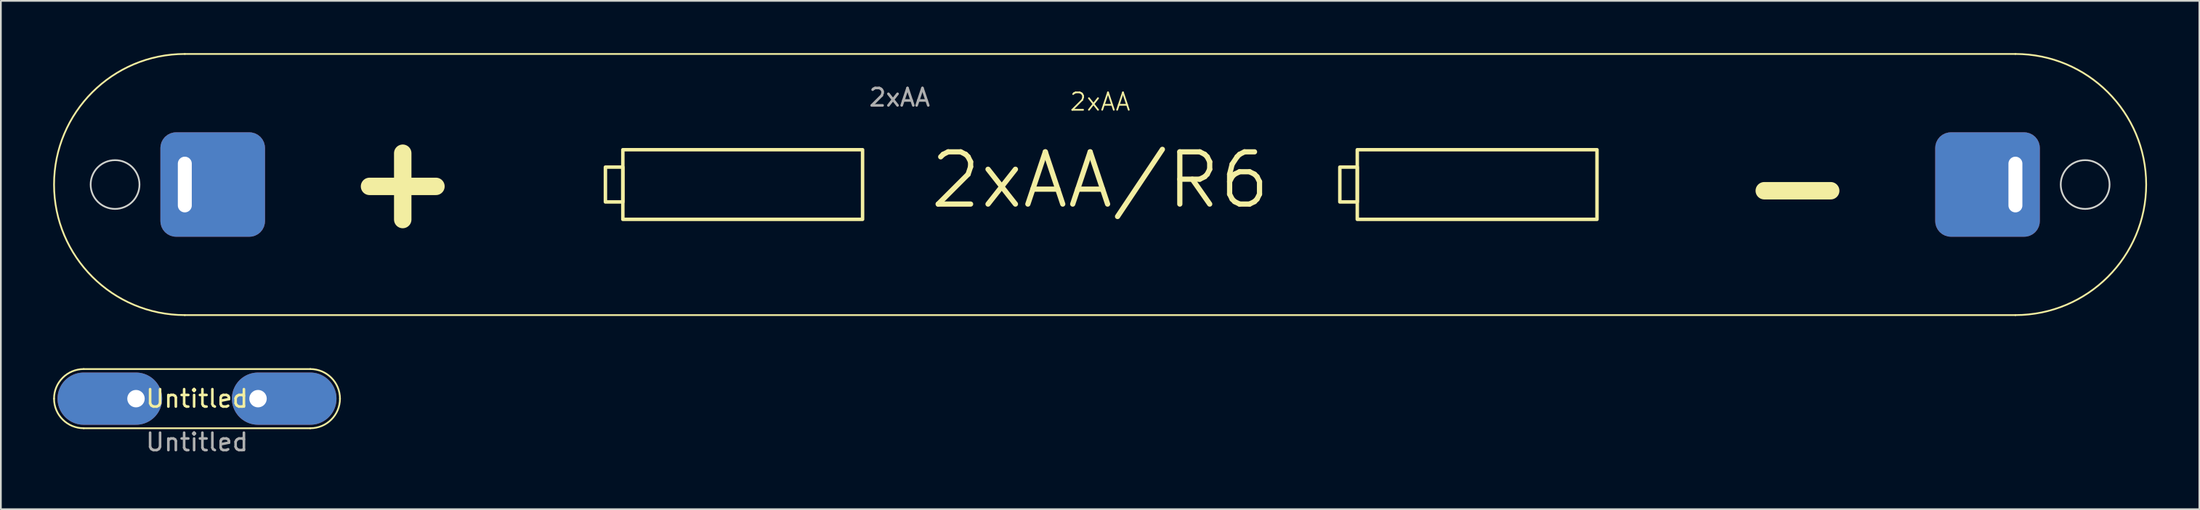
<source format=kicad_pcb>
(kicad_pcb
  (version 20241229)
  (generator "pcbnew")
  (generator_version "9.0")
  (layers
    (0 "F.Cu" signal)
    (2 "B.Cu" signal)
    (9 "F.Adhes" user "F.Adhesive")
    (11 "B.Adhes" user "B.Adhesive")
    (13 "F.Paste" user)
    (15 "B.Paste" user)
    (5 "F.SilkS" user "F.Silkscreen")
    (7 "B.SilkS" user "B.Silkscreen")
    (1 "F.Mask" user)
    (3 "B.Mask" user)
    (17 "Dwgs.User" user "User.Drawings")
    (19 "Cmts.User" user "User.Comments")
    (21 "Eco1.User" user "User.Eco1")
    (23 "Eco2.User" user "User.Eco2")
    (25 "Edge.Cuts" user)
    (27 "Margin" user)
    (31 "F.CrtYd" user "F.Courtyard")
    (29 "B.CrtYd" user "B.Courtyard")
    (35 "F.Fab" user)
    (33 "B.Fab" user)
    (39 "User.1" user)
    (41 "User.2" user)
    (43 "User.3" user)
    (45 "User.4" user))
  (footprint "2xAA"
    (layer "F.Cu")
    (at 60.05 7.55)
    (property "Reference" "2xAA" (at 0 -4.75 0) (unlocked yes) (layer "F.SilkS") (effects (font (size 1 1) (thickness 0.1))))
    (attr smd)
    (fp_line (start -52.5 7.5) (end 52.5 7.5) (stroke (width 0.1) (type default)) (layer "F.SilkS"))
    (fp_line (start 52.5 -7.5) (end -52.5 -7.5) (stroke (width 0.1) (type default)) (layer "F.SilkS"))
    (fp_rect (start -28.375 -1) (end -27.375 1) (stroke (width 0.2) (type solid)) (fill no) (layer "F.SilkS"))
    (fp_rect (start -27.375 -2) (end -13.625 2) (stroke (width 0.2) (type solid)) (fill no) (layer "F.SilkS"))
    (fp_rect (start 13.75 -1) (end 14.75 1) (stroke (width 0.2) (type solid)) (fill no) (layer "F.SilkS"))
    (fp_rect (start 14.75 -2) (end 28.5 2) (stroke (width 0.2) (type solid)) (fill no) (layer "F.SilkS"))
    (fp_arc (start -52.5 7.5) (mid -60 0) (end -52.5 -7.5) (stroke (width 0.1) (type default)) (layer "F.SilkS"))
    (fp_arc (start 52.5 -7.5) (mid 60 0) (end 52.5 7.5) (stroke (width 0.1) (type default)) (layer "F.SilkS"))
    (fp_circle (center -56.5 0) (end -55.1 0) (stroke (width 0.1) (type solid)) (fill no) (layer "Edge.Cuts"))
    (fp_circle (center 56.5 0) (end 57.9 0) (stroke (width 0.1) (type solid)) (fill no) (layer "Edge.Cuts"))
    (fp_text user "2xAA/R6" (at 0 -0.25 0) (unlocked yes) (layer "F.SilkS") (effects (font (size 3 3) (thickness 0.3))))
    (fp_text user "-" (at 40 0 0) (unlocked yes) (layer "F.SilkS") (effects (font (size 5 5) (thickness 1) (bold yes))))
    (fp_text user "+" (at -40 -0.25 0) (unlocked yes) (layer "F.SilkS") (effects (font (size 5 5) (thickness 1) (bold yes))))
    (fp_text user "${REFERENCE}" (at -11.5 -5 0) (unlocked yes) (layer "F.Fab") (effects (font (size 1 1) (thickness 0.15))))
    (pad "+" thru_hole roundrect (at -52.5 0 90) (size 6 6) (drill oval 3.2 0.8 (offset 0 1.6)) (layers "*.Cu" "*.Mask") (roundrect_rratio 0.15))
    (pad "-" thru_hole roundrect (at 52.5 0 270) (size 6 6) (drill oval 3.2 0.8 (offset 0 1.6)) (layers "*.Cu" "*.Mask") (roundrect_rratio 0.15)))
  (footprint "Untitled"
    (layer "F.Cu")
    (at 8.25 19.85)
    (property "Reference" "Untitled" (at 0 0 0) (unlocked yes) (layer "F.SilkS") (effects (font (size 1 1) (thickness 0.15))))
    (attr smd)
    (fp_line (start -6.5 -1.7) (end 6.5 -1.7) (stroke (width 0.1) (type default)) (layer "F.SilkS"))
    (fp_line (start 6.5 1.7) (end -6.5 1.7) (stroke (width 0.1) (type default)) (layer "F.SilkS"))
    (fp_arc (start -8.2 0) (mid -7.702082 -1.202082) (end -6.5 -1.7) (stroke (width 0.1) (type default)) (layer "F.SilkS"))
    (fp_arc (start -6.5 1.7) (mid -7.702082 1.202082) (end -8.2 0) (stroke (width 0.1) (type default)) (layer "F.SilkS"))
    (fp_arc (start 6.5 -1.7) (mid 7.702082 -1.202082) (end 8.2 0) (stroke (width 0.1) (type default)) (layer "F.SilkS"))
    (fp_arc (start 8.2 0) (mid 7.702082 1.202082) (end 6.5 1.7) (stroke (width 0.1) (type default)) (layer "F.SilkS"))
    (fp_text user "${REFERENCE}" (at 0 2.5 0) (unlocked yes) (layer "F.Fab") (effects (font (size 1 1) (thickness 0.15))))
    (pad "A" thru_hole oval (at -3.5 0 180) (size 6 3) (drill 1 (offset 1.5 0)) (layers "*.Cu" "*.Mask"))
    (pad "B" thru_hole oval (at 3.5 0) (size 6 3) (drill 1 (offset 1.5 0)) (layers "*.Cu" "*.Mask")))
  (gr_rect
    (start -3 -3)
    (end 123.1 26.198)
    (stroke (width 0.1) (type default))
    (fill no)
    (layer "Edge.Cuts")))
</source>
